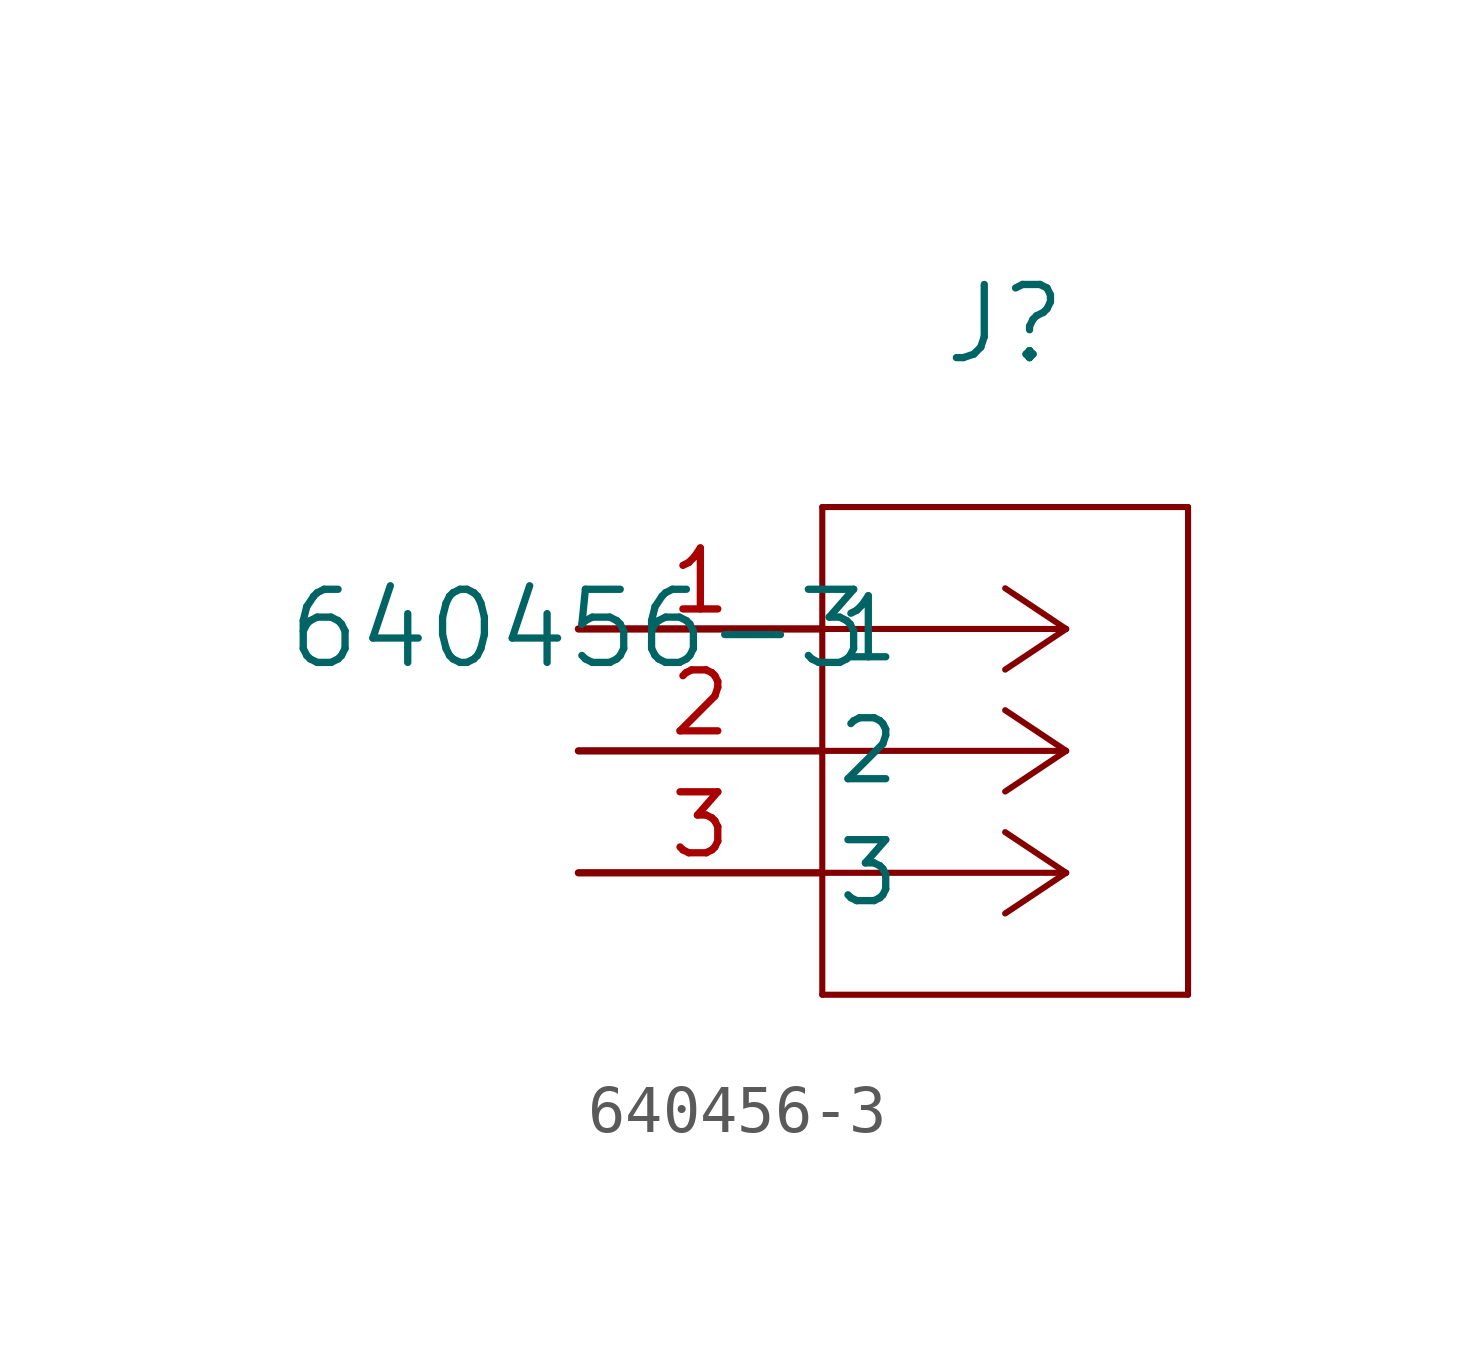
<source format=kicad_sym>
(kicad_symbol_lib
  (version 20211014)
  (generator kicad_symbol_editor)
  (symbol "640456-3"
    (pin_names
      (offset 0.254))
    (property "Reference" "J"
      (at 8.89 6.35 0)
      (effects (font (size 1.524 1.524))))
    (property "Value" "640456-3"
      (at 0 0 0)
      (effects (font (size 1.524 1.524))))
    (symbol "640456-3_0_1"
      (polyline (pts (xy 10.16 0) (xy 5.08 0)) (stroke (width 0.127) (type default) (color 0 0 0 0)) (fill (type none)))
      (polyline (pts (xy 10.16 -2.54) (xy 5.08 -2.54)) (stroke (width 0.127) (type default) (color 0 0 0 0)) (fill (type none)))
      (polyline (pts (xy 10.16 -5.08) (xy 5.08 -5.08)) (stroke (width 0.127) (type default) (color 0 0 0 0)) (fill (type none)))
      (polyline (pts (xy 10.16 0) (xy 8.89 0.847)) (stroke (width 0.127) (type default) (color 0 0 0 0)) (fill (type none)))
      (polyline (pts (xy 10.16 -2.54) (xy 8.89 -1.693)) (stroke (width 0.127) (type default) (color 0 0 0 0)) (fill (type none)))
      (polyline (pts (xy 10.16 -5.08) (xy 8.89 -4.233)) (stroke (width 0.127) (type default) (color 0 0 0 0)) (fill (type none)))
      (polyline (pts (xy 10.16 0) (xy 8.89 -0.847)) (stroke (width 0.127) (type default) (color 0 0 0 0)) (fill (type none)))
      (polyline (pts (xy 10.16 -2.54) (xy 8.89 -3.387)) (stroke (width 0.127) (type default) (color 0 0 0 0)) (fill (type none)))
      (polyline (pts (xy 10.16 -5.08) (xy 8.89 -5.927)) (stroke (width 0.127) (type default) (color 0 0 0 0)) (fill (type none)))
      (polyline (pts (xy 5.08 2.54) (xy 5.08 -7.62)) (stroke (width 0.127) (type default) (color 0 0 0 0)) (fill (type none)))
      (polyline (pts (xy 5.08 -7.62) (xy 12.7 -7.62)) (stroke (width 0.127) (type default) (color 0 0 0 0)) (fill (type none)))
      (polyline (pts (xy 12.7 -7.62) (xy 12.7 2.54)) (stroke (width 0.127) (type default) (color 0 0 0 0)) (fill (type none)))
      (polyline (pts (xy 12.7 2.54) (xy 5.08 2.54)) (stroke (width 0.127) (type default) (color 0 0 0 0)) (fill (type none)))
      (pin unspecified line (at 0 0 0) (length 5.08) (name "1" (effects (font (size 1.27 1.27)))) (number "1" (effects (font (size 1.27 1.27)))))
      (pin unspecified line (at 0 -2.54 0) (length 5.08) (name "2" (effects (font (size 1.27 1.27)))) (number "2" (effects (font (size 1.27 1.27)))))
      (pin unspecified line (at 0 -5.08 0) (length 5.08) (name "3" (effects (font (size 1.27 1.27)))) (number "3" (effects (font (size 1.27 1.27))))))))
</source>
